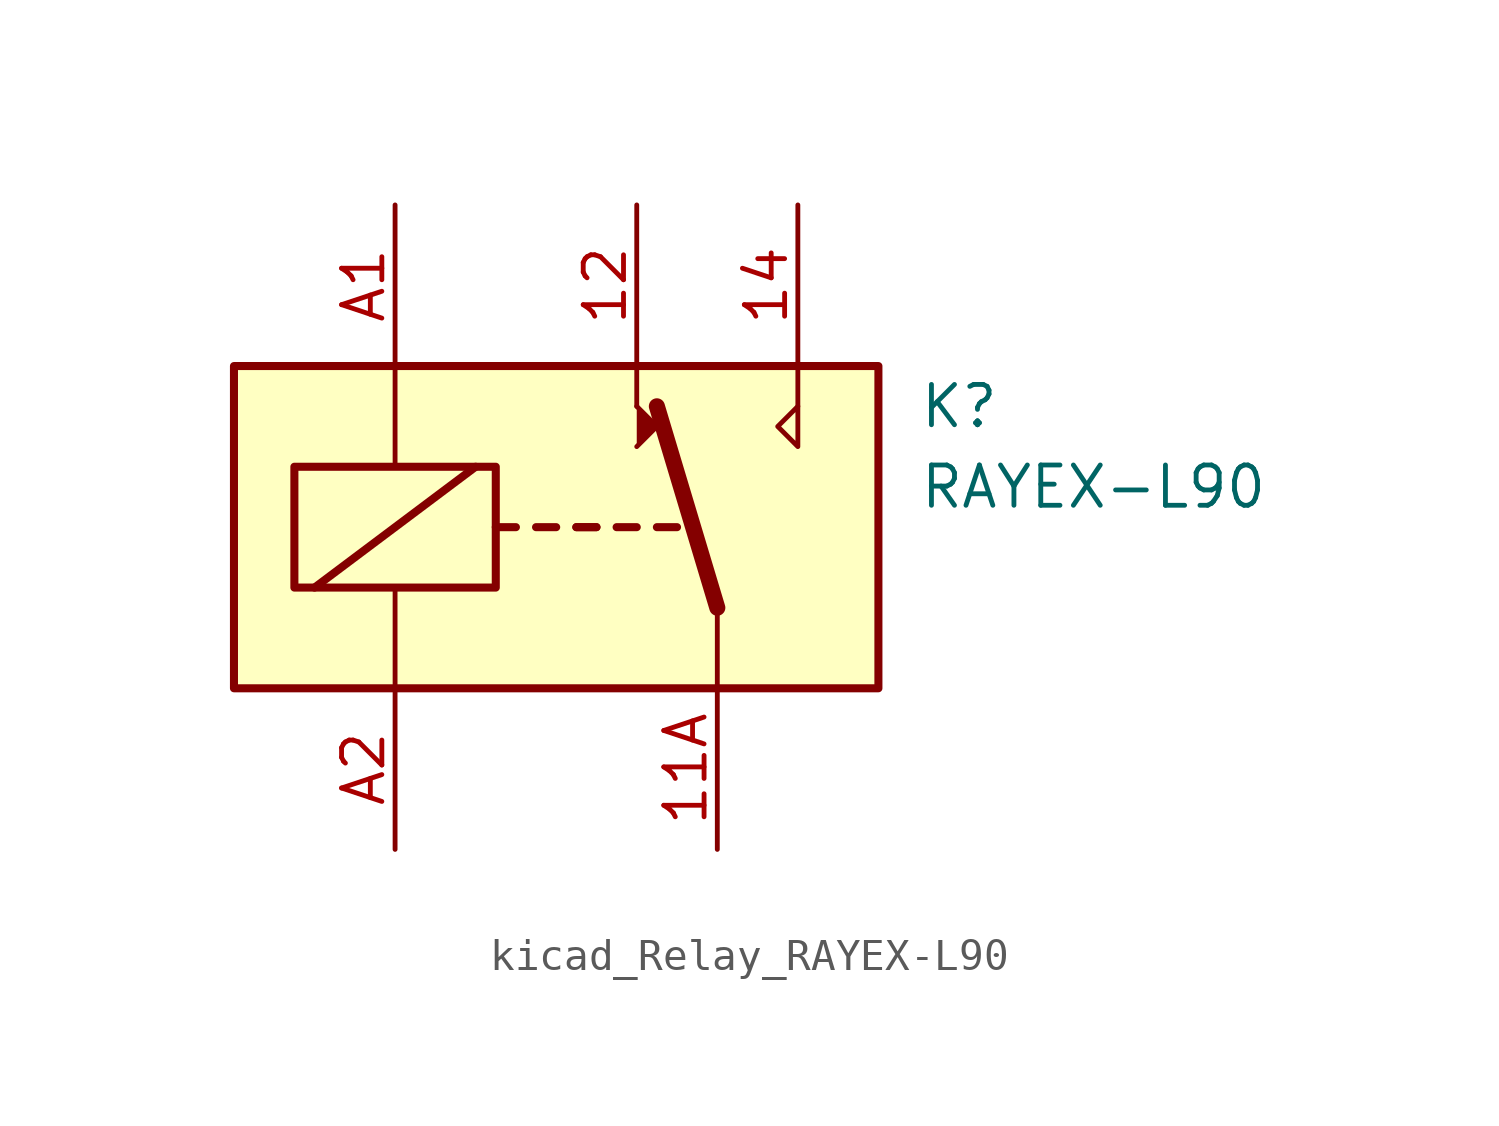
<source format=kicad_sym>
(kicad_symbol_lib
  (version 20220914)
  (generator kicad_symbol_editor)
  (symbol "kicad_Relay_RAYEX-L90"
    (property "Reference" "K"
      (at 11.43 3.81 0)
      (effects (font (size 1.27 1.27)) (justify left)))
    (property "Value" "RAYEX-L90"
      (at 11.43 1.27 0)
      (effects (font (size 1.27 1.27)) (justify left)))
    (symbol "kicad_Relay_RAYEX-L90_1_0"
      (polyline (pts (xy 2.54 3.81) (xy 2.54 5.08)) (stroke (width 0) (type default)) (fill (type none)))
      (polyline (pts (xy 7.62 3.81) (xy 7.62 5.08)) (stroke (width 0) (type default)) (fill (type none)))
      (polyline (pts (xy 7.62 3.81) (xy 7.62 2.54) (xy 6.985 3.175) (xy 7.62 3.81)) (stroke (width 0) (type default)) (fill (type none))))
    (symbol "kicad_Relay_RAYEX-L90_1_1"
      (rectangle (start -10.16 5.08) (end 10.16 -5.08) (stroke (width 0.254) (type default)) (fill (type background)))
      (rectangle (start -8.255 1.905) (end -1.905 -1.905) (stroke (width 0.254) (type default)) (fill (type none)))
      (polyline (pts (xy -7.62 -1.905) (xy -2.54 1.905)) (stroke (width 0.254) (type default)) (fill (type none)))
      (polyline (pts (xy -5.08 -5.08) (xy -5.08 -1.905)) (stroke (width 0) (type default)) (fill (type none)))
      (polyline (pts (xy -5.08 5.08) (xy -5.08 1.905)) (stroke (width 0) (type default)) (fill (type none)))
      (polyline (pts (xy -1.905 0) (xy -1.27 0)) (stroke (width 0.254) (type default)) (fill (type none)))
      (polyline (pts (xy -0.635 0) (xy 0 0)) (stroke (width 0.254) (type default)) (fill (type none)))
      (polyline (pts (xy 0.635 0) (xy 1.27 0)) (stroke (width 0.254) (type default)) (fill (type none)))
      (polyline (pts (xy 0.635 0) (xy 1.27 0)) (stroke (width 0.254) (type default)) (fill (type none)))
      (polyline (pts (xy 1.905 0) (xy 2.54 0)) (stroke (width 0.254) (type default)) (fill (type none)))
      (polyline (pts (xy 3.175 0) (xy 3.81 0)) (stroke (width 0.254) (type default)) (fill (type none)))
      (polyline (pts (xy 5.08 -2.54) (xy 3.175 3.81)) (stroke (width 0.508) (type default)) (fill (type none)))
      (polyline (pts (xy 5.08 -2.54) (xy 5.08 -5.08)) (stroke (width 0) (type default)) (fill (type none)))
      (polyline (pts (xy 2.54 2.54) (xy 3.175 3.175) (xy 2.54 3.81)) (stroke (width 0) (type default)) (fill (type outline)))
      (pin passive line (at 5.08 -10.16 90) (length 5.08) (name "~" (effects (font (size 1.27 1.27)))) (number "11A" (effects (font (size 1.27 1.27)))))
      (pin passive line (at 5.08 -10.16 90) (length 5.08) hide (name "~" (effects (font (size 1.27 1.27)))) (number "11B" (effects (font (size 1.27 1.27)))))
      (pin passive line (at 2.54 10.16 270) (length 5.08) (name "~" (effects (font (size 1.27 1.27)))) (number "12" (effects (font (size 1.27 1.27)))))
      (pin passive line (at 7.62 10.16 270) (length 5.08) (name "~" (effects (font (size 1.27 1.27)))) (number "14" (effects (font (size 1.27 1.27)))))
      (pin passive line (at -5.08 10.16 270) (length 5.08) (name "~" (effects (font (size 1.27 1.27)))) (number "A1" (effects (font (size 1.27 1.27)))))
      (pin passive line (at -5.08 -10.16 90) (length 5.08) (name "~" (effects (font (size 1.27 1.27)))) (number "A2" (effects (font (size 1.27 1.27))))))))
</source>
